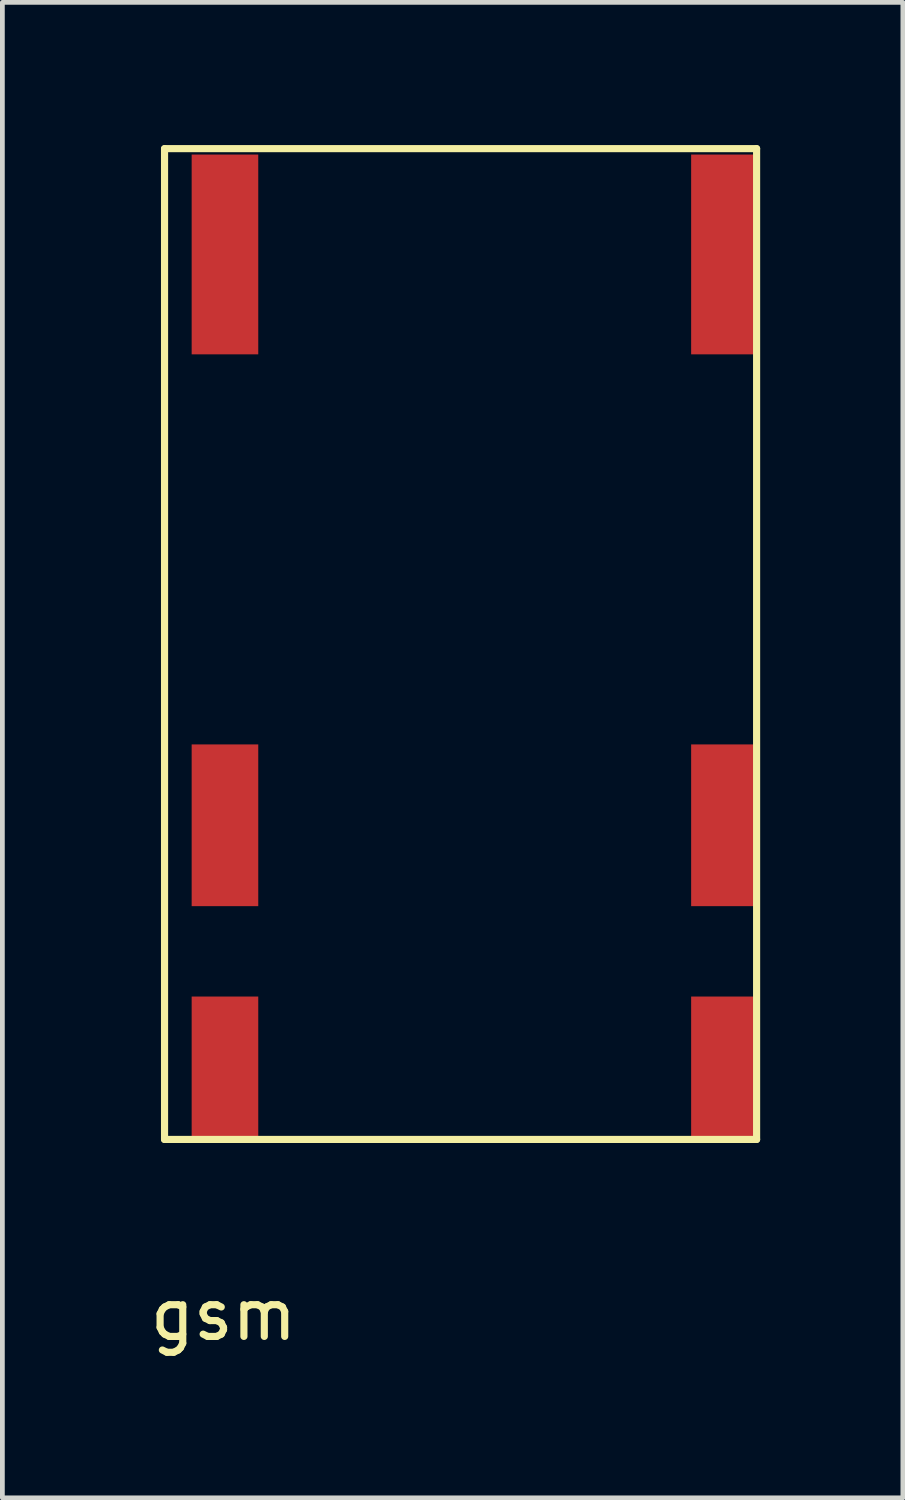
<source format=kicad_pcb>
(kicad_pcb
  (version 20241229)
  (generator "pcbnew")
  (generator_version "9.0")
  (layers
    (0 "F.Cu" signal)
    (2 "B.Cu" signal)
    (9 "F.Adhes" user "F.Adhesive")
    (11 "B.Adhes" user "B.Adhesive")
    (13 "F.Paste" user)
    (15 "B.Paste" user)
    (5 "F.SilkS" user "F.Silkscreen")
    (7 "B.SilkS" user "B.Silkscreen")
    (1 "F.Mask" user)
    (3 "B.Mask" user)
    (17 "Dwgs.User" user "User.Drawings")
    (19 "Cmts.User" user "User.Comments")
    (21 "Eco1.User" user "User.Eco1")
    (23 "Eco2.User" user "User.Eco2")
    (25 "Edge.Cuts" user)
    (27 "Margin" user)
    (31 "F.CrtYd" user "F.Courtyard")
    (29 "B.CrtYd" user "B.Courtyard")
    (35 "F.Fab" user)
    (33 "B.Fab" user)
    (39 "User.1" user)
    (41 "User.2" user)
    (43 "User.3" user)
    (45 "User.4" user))
  (footprint "gsm"
    (layer "F.Cu")
    (at 1.679 14.299)
    (property "Reference" "gsm" (at -0.03 10.29 0) (layer "F.SilkS") (effects (font (size 1 1) (thickness 0.15))))
    (attr through_hole)
    (fp_line (start -1.27 -14.224) (end -1.27 6.604) (stroke (width 0.15) (type solid)) (layer "F.SilkS"))
    (fp_line (start -1.27 6.604) (end 11.176 6.604) (stroke (width 0.15) (type solid)) (layer "F.SilkS"))
    (fp_line (start 11.176 -14.224) (end -1.27 -14.224) (stroke (width 0.15) (type solid)) (layer "F.SilkS"))
    (fp_line (start 11.176 6.604) (end 11.176 -14.224) (stroke (width 0.15) (type solid)) (layer "F.SilkS"))
    (pad "1" smd rect (at 0 0) (size 1.4 3.4) (layers "F.Cu" "F.Mask" "F.Paste"))
    (pad "2" smd rect (at 10.5 0) (size 1.4 3.4) (layers "F.Cu" "F.Mask" "F.Paste"))
    (pad "3" smd rect (at 10.5 -12) (size 1.4 4.2) (layers "F.Cu" "F.Mask" "F.Paste"))
    (pad "4" smd rect (at 0 -12) (size 1.4 4.2) (layers "F.Cu" "F.Mask" "F.Paste"))
    (pad "5" smd rect (at 10.5 5.1) (size 1.4 3) (layers "F.Cu" "F.Mask" "F.Paste"))
    (pad "6" smd rect (at 0 5.1) (size 1.4 3) (layers "F.Cu" "F.Mask" "F.Paste")))
  (gr_rect
    (start -3 -3)
    (end 15.93 28.437)
    (stroke (width 0.1) (type default))
    (fill no)
    (layer "Edge.Cuts")))
</source>
